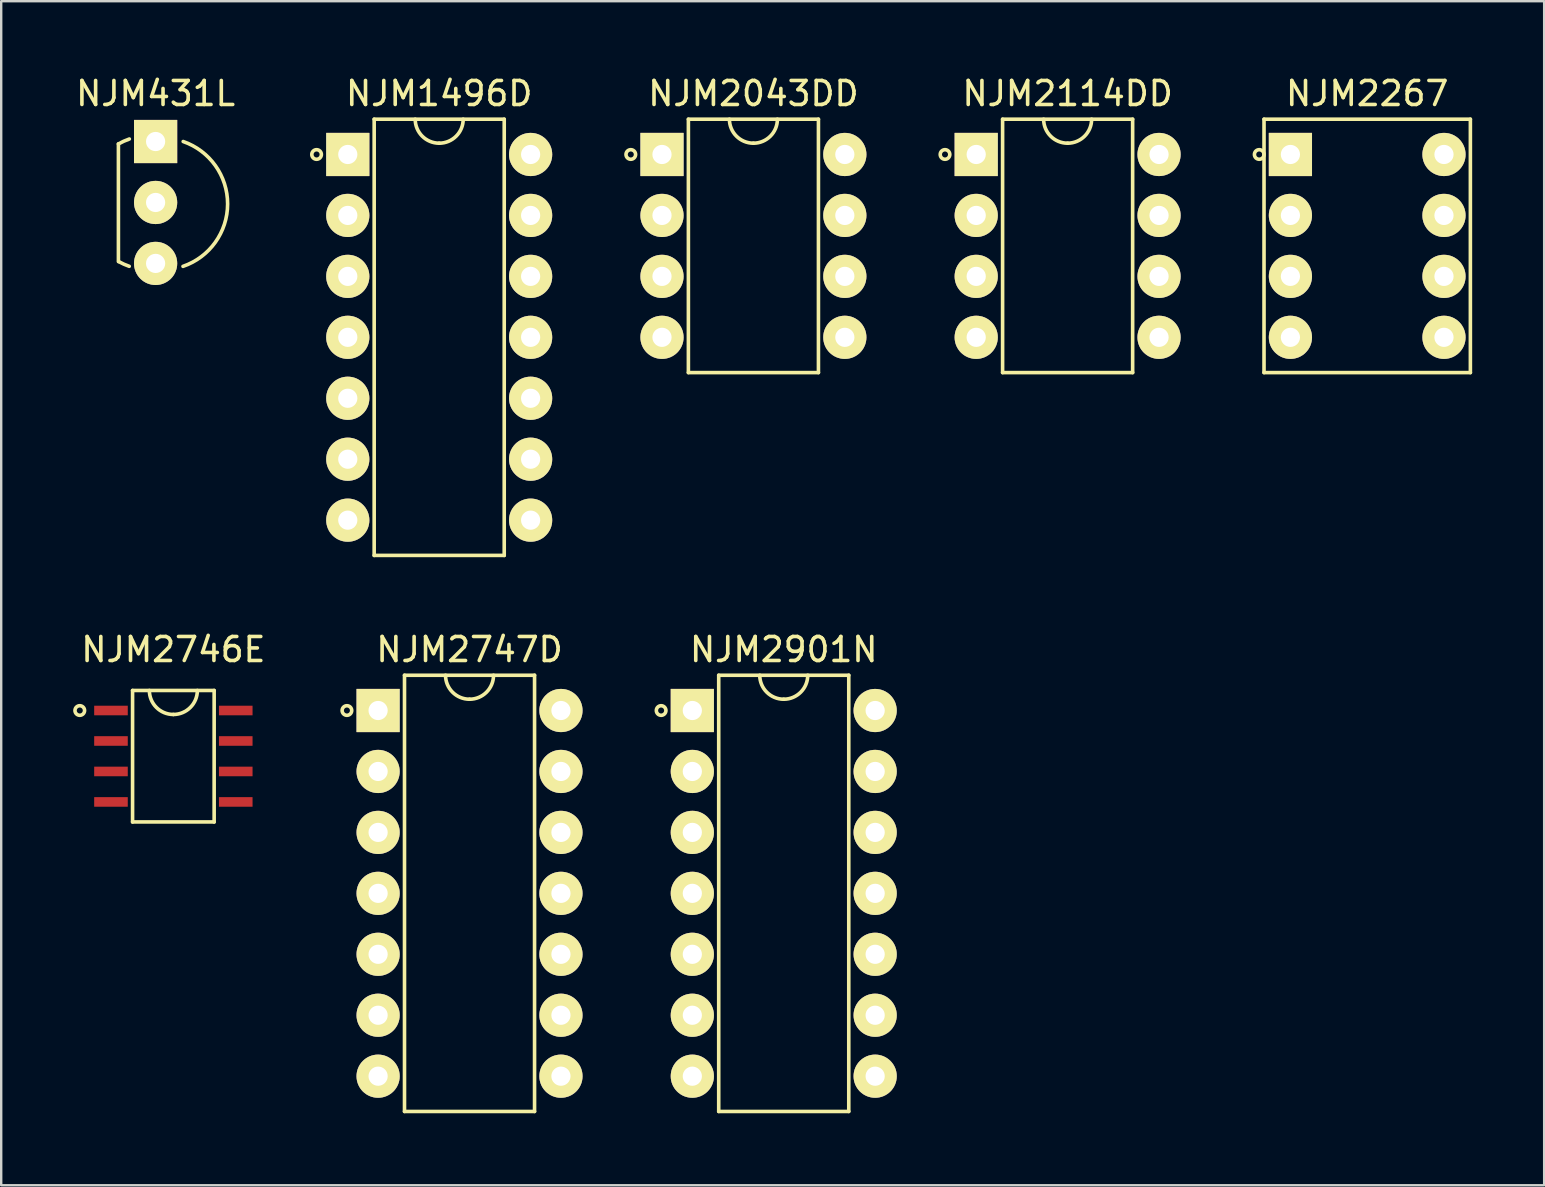
<source format=kicad_pcb>
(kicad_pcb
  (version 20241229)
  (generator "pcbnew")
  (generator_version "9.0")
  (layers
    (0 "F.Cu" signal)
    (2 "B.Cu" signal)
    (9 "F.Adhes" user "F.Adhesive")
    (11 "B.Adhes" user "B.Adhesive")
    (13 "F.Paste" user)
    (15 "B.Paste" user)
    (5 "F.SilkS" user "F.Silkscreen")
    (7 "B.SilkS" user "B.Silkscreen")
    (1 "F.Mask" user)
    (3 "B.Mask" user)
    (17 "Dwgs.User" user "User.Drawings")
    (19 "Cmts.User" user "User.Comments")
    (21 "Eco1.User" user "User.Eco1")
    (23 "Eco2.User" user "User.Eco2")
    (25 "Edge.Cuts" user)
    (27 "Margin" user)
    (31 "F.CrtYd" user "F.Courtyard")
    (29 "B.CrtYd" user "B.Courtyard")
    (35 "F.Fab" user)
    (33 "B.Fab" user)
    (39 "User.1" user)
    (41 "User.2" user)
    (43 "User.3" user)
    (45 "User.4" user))
  (footprint "NJM2746E"
    (layer "F.Cu")
    (at 1.575 26.561)
    (property "Reference" "NJM2746E" (at 2.6 -2.54 0) (layer "F.SilkS") (effects (font (size 1 1) (thickness 0.15))))
    (attr through_hole)
    (fp_line (start 0.9 -0.835) (end 4.3 -0.835) (stroke (width 0.15) (type solid)) (layer "F.SilkS"))
    (fp_line (start 0.9 4.645) (end 0.9 -0.835) (stroke (width 0.15) (type solid)) (layer "F.SilkS"))
    (fp_line (start 4.3 -0.835) (end 4.3 4.645) (stroke (width 0.15) (type solid)) (layer "F.SilkS"))
    (fp_line (start 4.3 4.645) (end 0.9 4.645) (stroke (width 0.15) (type solid)) (layer "F.SilkS"))
    (fp_arc (start 2.6 0.165) (mid 1.892893 -0.127893) (end 1.6 -0.835) (stroke (width 0.15) (type solid)) (layer "F.SilkS"))
    (fp_arc (start 3.6 -0.835) (mid 3.307107 -0.127893) (end 2.6 0.165) (stroke (width 0.15) (type solid)) (layer "F.SilkS"))
    (fp_circle (center -1.3 0) (end -1.3 0.2) (stroke (width 0.15) (type solid)) (fill no) (layer "F.SilkS"))
    (pad "1" smd rect (at 0 0) (size 1.4 0.4) (layers "F.Cu" "F.Mask" "F.Paste"))
    (pad "2" smd rect (at 0 1.27) (size 1.4 0.4) (layers "F.Cu" "F.Mask" "F.Paste"))
    (pad "3" smd rect (at 0 2.54) (size 1.4 0.4) (layers "F.Cu" "F.Mask" "F.Paste"))
    (pad "4" smd rect (at 0 3.81) (size 1.4 0.4) (layers "F.Cu" "F.Mask" "F.Paste"))
    (pad "5" smd rect (at 5.2 3.81) (size 1.4 0.4) (layers "F.Cu" "F.Mask" "F.Paste"))
    (pad "6" smd rect (at 5.2 2.54) (size 1.4 0.4) (layers "F.Cu" "F.Mask" "F.Paste"))
    (pad "7" smd rect (at 5.2 1.27) (size 1.4 0.4) (layers "F.Cu" "F.Mask" "F.Paste"))
    (pad "8" smd rect (at 5.2 0) (size 1.4 0.4) (layers "F.Cu" "F.Mask" "F.Paste")))
  (footprint "NJM2747D"
    (layer "F.Cu")
    (at 12.708 26.561)
    (property "Reference" "NJM2747D" (at 3.81 -2.54 0) (layer "F.SilkS") (effects (font (size 1 1) (thickness 0.15))))
    (attr through_hole)
    (fp_line (start 1.1 -1.47) (end 6.52 -1.47) (stroke (width 0.15) (type solid)) (layer "F.SilkS"))
    (fp_line (start 1.1 16.71) (end 1.1 -1.47) (stroke (width 0.15) (type solid)) (layer "F.SilkS"))
    (fp_line (start 6.52 -1.47) (end 6.52 16.71) (stroke (width 0.15) (type solid)) (layer "F.SilkS"))
    (fp_line (start 6.52 16.71) (end 1.1 16.71) (stroke (width 0.15) (type solid)) (layer "F.SilkS"))
    (fp_arc (start 3.81 -0.47) (mid 3.102893 -0.762893) (end 2.81 -1.47) (stroke (width 0.15) (type solid)) (layer "F.SilkS"))
    (fp_arc (start 4.81 -1.47) (mid 4.517107 -0.762893) (end 3.81 -0.47) (stroke (width 0.15) (type solid)) (layer "F.SilkS"))
    (fp_circle (center -1.3 0) (end -1.3 0.2) (stroke (width 0.15) (type solid)) (fill no) (layer "F.SilkS"))
    (pad "1" thru_hole rect (at 0 0) (size 1.8 1.8) (drill 0.8) (layers "*.Cu" "*.Mask" "F.SilkS"))
    (pad "2" thru_hole circle (at 0 2.54) (size 1.8 1.8) (drill 0.8) (layers "*.Cu" "*.Mask" "F.SilkS"))
    (pad "3" thru_hole circle (at 0 5.08) (size 1.8 1.8) (drill 0.8) (layers "*.Cu" "*.Mask" "F.SilkS"))
    (pad "4" thru_hole circle (at 0 7.62) (size 1.8 1.8) (drill 0.8) (layers "*.Cu" "*.Mask" "F.SilkS"))
    (pad "5" thru_hole circle (at 0 10.16) (size 1.8 1.8) (drill 0.8) (layers "*.Cu" "*.Mask" "F.SilkS"))
    (pad "6" thru_hole circle (at 0 12.7) (size 1.8 1.8) (drill 0.8) (layers "*.Cu" "*.Mask" "F.SilkS"))
    (pad "7" thru_hole circle (at 0 15.24) (size 1.8 1.8) (drill 0.8) (layers "*.Cu" "*.Mask" "F.SilkS"))
    (pad "8" thru_hole circle (at 7.62 15.24) (size 1.8 1.8) (drill 0.8) (layers "*.Cu" "*.Mask" "F.SilkS"))
    (pad "9" thru_hole circle (at 7.62 12.7) (size 1.8 1.8) (drill 0.8) (layers "*.Cu" "*.Mask" "F.SilkS"))
    (pad "10" thru_hole circle (at 7.62 10.16) (size 1.8 1.8) (drill 0.8) (layers "*.Cu" "*.Mask" "F.SilkS"))
    (pad "11" thru_hole circle (at 7.62 7.62) (size 1.8 1.8) (drill 0.8) (layers "*.Cu" "*.Mask" "F.SilkS"))
    (pad "12" thru_hole circle (at 7.62 5.08) (size 1.8 1.8) (drill 0.8) (layers "*.Cu" "*.Mask" "F.SilkS"))
    (pad "13" thru_hole circle (at 7.62 2.54) (size 1.8 1.8) (drill 0.8) (layers "*.Cu" "*.Mask" "F.SilkS"))
    (pad "14" thru_hole circle (at 7.62 0) (size 1.8 1.8) (drill 0.8) (layers "*.Cu" "*.Mask" "F.SilkS")))
  (footprint "NJM2114DD"
    (layer "F.Cu")
    (at 37.634 3.388)
    (property "Reference" "NJM2114DD" (at 3.81 -2.54 0) (layer "F.SilkS") (effects (font (size 1 1) (thickness 0.15))))
    (attr through_hole)
    (fp_line (start 1.1 -1.47) (end 6.52 -1.47) (stroke (width 0.15) (type solid)) (layer "F.SilkS"))
    (fp_line (start 1.1 9.09) (end 1.1 -1.47) (stroke (width 0.15) (type solid)) (layer "F.SilkS"))
    (fp_line (start 6.52 -1.47) (end 6.52 9.09) (stroke (width 0.15) (type solid)) (layer "F.SilkS"))
    (fp_line (start 6.52 9.09) (end 1.1 9.09) (stroke (width 0.15) (type solid)) (layer "F.SilkS"))
    (fp_arc (start 3.81 -0.47) (mid 3.102893 -0.762893) (end 2.81 -1.47) (stroke (width 0.15) (type solid)) (layer "F.SilkS"))
    (fp_arc (start 4.81 -1.47) (mid 4.517107 -0.762893) (end 3.81 -0.47) (stroke (width 0.15) (type solid)) (layer "F.SilkS"))
    (fp_circle (center -1.3 0) (end -1.3 0.2) (stroke (width 0.15) (type solid)) (fill no) (layer "F.SilkS"))
    (pad "1" thru_hole rect (at 0 0) (size 1.8 1.8) (drill 0.8) (layers "*.Cu" "*.Mask" "F.SilkS"))
    (pad "2" thru_hole circle (at 0 2.54) (size 1.8 1.8) (drill 0.8) (layers "*.Cu" "*.Mask" "F.SilkS"))
    (pad "3" thru_hole circle (at 0 5.08) (size 1.8 1.8) (drill 0.8) (layers "*.Cu" "*.Mask" "F.SilkS"))
    (pad "4" thru_hole circle (at 0 7.62) (size 1.8 1.8) (drill 0.8) (layers "*.Cu" "*.Mask" "F.SilkS"))
    (pad "5" thru_hole circle (at 7.62 7.62) (size 1.8 1.8) (drill 0.8) (layers "*.Cu" "*.Mask" "F.SilkS"))
    (pad "6" thru_hole circle (at 7.62 5.08) (size 1.8 1.8) (drill 0.8) (layers "*.Cu" "*.Mask" "F.SilkS"))
    (pad "7" thru_hole circle (at 7.62 2.54) (size 1.8 1.8) (drill 0.8) (layers "*.Cu" "*.Mask" "F.SilkS"))
    (pad "8" thru_hole circle (at 7.62 0) (size 1.8 1.8) (drill 0.8) (layers "*.Cu" "*.Mask" "F.SilkS")))
  (footprint "NJM1496D"
    (layer "F.Cu")
    (at 11.444 3.388)
    (property "Reference" "NJM1496D" (at 3.81 -2.54 0) (layer "F.SilkS") (effects (font (size 1 1) (thickness 0.15))))
    (attr through_hole)
    (fp_line (start 1.1 -1.47) (end 6.52 -1.47) (stroke (width 0.15) (type solid)) (layer "F.SilkS"))
    (fp_line (start 1.1 16.71) (end 1.1 -1.47) (stroke (width 0.15) (type solid)) (layer "F.SilkS"))
    (fp_line (start 6.52 -1.47) (end 6.52 16.71) (stroke (width 0.15) (type solid)) (layer "F.SilkS"))
    (fp_line (start 6.52 16.71) (end 1.1 16.71) (stroke (width 0.15) (type solid)) (layer "F.SilkS"))
    (fp_arc (start 3.81 -0.47) (mid 3.102893 -0.762893) (end 2.81 -1.47) (stroke (width 0.15) (type solid)) (layer "F.SilkS"))
    (fp_arc (start 4.81 -1.47) (mid 4.517107 -0.762893) (end 3.81 -0.47) (stroke (width 0.15) (type solid)) (layer "F.SilkS"))
    (fp_circle (center -1.3 0) (end -1.3 0.2) (stroke (width 0.15) (type solid)) (fill no) (layer "F.SilkS"))
    (pad "1" thru_hole rect (at 0 0) (size 1.8 1.8) (drill 0.8) (layers "*.Cu" "*.Mask" "F.SilkS"))
    (pad "2" thru_hole circle (at 0 2.54) (size 1.8 1.8) (drill 0.8) (layers "*.Cu" "*.Mask" "F.SilkS"))
    (pad "3" thru_hole circle (at 0 5.08) (size 1.8 1.8) (drill 0.8) (layers "*.Cu" "*.Mask" "F.SilkS"))
    (pad "4" thru_hole circle (at 0 7.62) (size 1.8 1.8) (drill 0.8) (layers "*.Cu" "*.Mask" "F.SilkS"))
    (pad "5" thru_hole circle (at 0 10.16) (size 1.8 1.8) (drill 0.8) (layers "*.Cu" "*.Mask" "F.SilkS"))
    (pad "6" thru_hole circle (at 0 12.7) (size 1.8 1.8) (drill 0.8) (layers "*.Cu" "*.Mask" "F.SilkS"))
    (pad "7" thru_hole circle (at 0 15.24) (size 1.8 1.8) (drill 0.8) (layers "*.Cu" "*.Mask" "F.SilkS"))
    (pad "8" thru_hole circle (at 7.62 15.24) (size 1.8 1.8) (drill 0.8) (layers "*.Cu" "*.Mask" "F.SilkS"))
    (pad "9" thru_hole circle (at 7.62 12.7) (size 1.8 1.8) (drill 0.8) (layers "*.Cu" "*.Mask" "F.SilkS"))
    (pad "10" thru_hole circle (at 7.62 10.16) (size 1.8 1.8) (drill 0.8) (layers "*.Cu" "*.Mask" "F.SilkS"))
    (pad "11" thru_hole circle (at 7.62 7.62) (size 1.8 1.8) (drill 0.8) (layers "*.Cu" "*.Mask" "F.SilkS"))
    (pad "12" thru_hole circle (at 7.62 5.08) (size 1.8 1.8) (drill 0.8) (layers "*.Cu" "*.Mask" "F.SilkS"))
    (pad "13" thru_hole circle (at 7.62 2.54) (size 1.8 1.8) (drill 0.8) (layers "*.Cu" "*.Mask" "F.SilkS"))
    (pad "14" thru_hole circle (at 7.62 0) (size 1.8 1.8) (drill 0.8) (layers "*.Cu" "*.Mask" "F.SilkS")))
  (footprint "NJM431L"
    (layer "F.Cu")
    (at 3.435 2.848)
    (property "Reference" "NJM431L" (at 0 -2 0) (layer "F.SilkS") (effects (font (size 1 1) (thickness 0.15))))
    (attr through_hole)
    (fp_line (start -1.55 5) (end -1.55 0.1) (stroke (width 0.15) (type solid)) (layer "F.SilkS"))
    (fp_arc (start -1.55 0.1) (mid -1.326783 -0.012505) (end -1.09461 -0.105127) (stroke (width 0.15) (type solid)) (layer "F.SilkS"))
    (fp_arc (start -1.1 5.2) (mid -1.32318 5.111666) (end -1.537812 5.004217) (stroke (width 0.15) (type solid)) (layer "F.SilkS"))
    (fp_arc (start 1.15 0) (mid 3.00136 2.60449) (end 1.14151 5.202923) (stroke (width 0.15) (type solid)) (layer "F.SilkS"))
    (pad "1" thru_hole rect (at 0 0) (size 1.8 1.8) (drill 0.8) (layers "*.Cu" "*.Mask" "F.SilkS"))
    (pad "2" thru_hole circle (at 0 2.54) (size 1.8 1.8) (drill 0.8) (layers "*.Cu" "*.Mask" "F.SilkS"))
    (pad "3" thru_hole circle (at 0 5.08) (size 1.8 1.8) (drill 0.8) (layers "*.Cu" "*.Mask" "F.SilkS")))
  (footprint "NJM2043DD"
    (layer "F.Cu")
    (at 24.539 3.388)
    (property "Reference" "NJM2043DD" (at 3.81 -2.54 0) (layer "F.SilkS") (effects (font (size 1 1) (thickness 0.15))))
    (attr through_hole)
    (fp_line (start 1.1 -1.47) (end 6.52 -1.47) (stroke (width 0.15) (type solid)) (layer "F.SilkS"))
    (fp_line (start 1.1 9.09) (end 1.1 -1.47) (stroke (width 0.15) (type solid)) (layer "F.SilkS"))
    (fp_line (start 6.52 -1.47) (end 6.52 9.09) (stroke (width 0.15) (type solid)) (layer "F.SilkS"))
    (fp_line (start 6.52 9.09) (end 1.1 9.09) (stroke (width 0.15) (type solid)) (layer "F.SilkS"))
    (fp_arc (start 3.81 -0.47) (mid 3.102893 -0.762893) (end 2.81 -1.47) (stroke (width 0.15) (type solid)) (layer "F.SilkS"))
    (fp_arc (start 4.81 -1.47) (mid 4.517107 -0.762893) (end 3.81 -0.47) (stroke (width 0.15) (type solid)) (layer "F.SilkS"))
    (fp_circle (center -1.3 0) (end -1.3 0.2) (stroke (width 0.15) (type solid)) (fill no) (layer "F.SilkS"))
    (pad "1" thru_hole rect (at 0 0) (size 1.8 1.8) (drill 0.8) (layers "*.Cu" "*.Mask" "F.SilkS"))
    (pad "2" thru_hole circle (at 0 2.54) (size 1.8 1.8) (drill 0.8) (layers "*.Cu" "*.Mask" "F.SilkS"))
    (pad "3" thru_hole circle (at 0 5.08) (size 1.8 1.8) (drill 0.8) (layers "*.Cu" "*.Mask" "F.SilkS"))
    (pad "4" thru_hole circle (at 0 7.62) (size 1.8 1.8) (drill 0.8) (layers "*.Cu" "*.Mask" "F.SilkS"))
    (pad "5" thru_hole circle (at 7.62 7.62) (size 1.8 1.8) (drill 0.8) (layers "*.Cu" "*.Mask" "F.SilkS"))
    (pad "6" thru_hole circle (at 7.62 5.08) (size 1.8 1.8) (drill 0.8) (layers "*.Cu" "*.Mask" "F.SilkS"))
    (pad "7" thru_hole circle (at 7.62 2.54) (size 1.8 1.8) (drill 0.8) (layers "*.Cu" "*.Mask" "F.SilkS"))
    (pad "8" thru_hole circle (at 7.62 0) (size 1.8 1.8) (drill 0.8) (layers "*.Cu" "*.Mask" "F.SilkS")))
  (footprint "NJM2901N"
    (layer "F.Cu")
    (at 25.803 26.561)
    (property "Reference" "NJM2901N" (at 3.81 -2.54 0) (layer "F.SilkS") (effects (font (size 1 1) (thickness 0.15))))
    (attr through_hole)
    (fp_line (start 1.1 -1.47) (end 6.52 -1.47) (stroke (width 0.15) (type solid)) (layer "F.SilkS"))
    (fp_line (start 1.1 16.71) (end 1.1 -1.47) (stroke (width 0.15) (type solid)) (layer "F.SilkS"))
    (fp_line (start 6.52 -1.47) (end 6.52 16.71) (stroke (width 0.15) (type solid)) (layer "F.SilkS"))
    (fp_line (start 6.52 16.71) (end 1.1 16.71) (stroke (width 0.15) (type solid)) (layer "F.SilkS"))
    (fp_arc (start 3.81 -0.47) (mid 3.102893 -0.762893) (end 2.81 -1.47) (stroke (width 0.15) (type solid)) (layer "F.SilkS"))
    (fp_arc (start 4.81 -1.47) (mid 4.517107 -0.762893) (end 3.81 -0.47) (stroke (width 0.15) (type solid)) (layer "F.SilkS"))
    (fp_circle (center -1.3 0) (end -1.3 0.2) (stroke (width 0.15) (type solid)) (fill no) (layer "F.SilkS"))
    (pad "1" thru_hole rect (at 0 0) (size 1.8 1.8) (drill 0.8) (layers "*.Cu" "*.Mask" "F.SilkS"))
    (pad "2" thru_hole circle (at 0 2.54) (size 1.8 1.8) (drill 0.8) (layers "*.Cu" "*.Mask" "F.SilkS"))
    (pad "3" thru_hole circle (at 0 5.08) (size 1.8 1.8) (drill 0.8) (layers "*.Cu" "*.Mask" "F.SilkS"))
    (pad "4" thru_hole circle (at 0 7.62) (size 1.8 1.8) (drill 0.8) (layers "*.Cu" "*.Mask" "F.SilkS"))
    (pad "5" thru_hole circle (at 0 10.16) (size 1.8 1.8) (drill 0.8) (layers "*.Cu" "*.Mask" "F.SilkS"))
    (pad "6" thru_hole circle (at 0 12.7) (size 1.8 1.8) (drill 0.8) (layers "*.Cu" "*.Mask" "F.SilkS"))
    (pad "7" thru_hole circle (at 0 15.24) (size 1.8 1.8) (drill 0.8) (layers "*.Cu" "*.Mask" "F.SilkS"))
    (pad "8" thru_hole circle (at 7.62 15.24) (size 1.8 1.8) (drill 0.8) (layers "*.Cu" "*.Mask" "F.SilkS"))
    (pad "9" thru_hole circle (at 7.62 12.7) (size 1.8 1.8) (drill 0.8) (layers "*.Cu" "*.Mask" "F.SilkS"))
    (pad "10" thru_hole circle (at 7.62 10.16) (size 1.8 1.8) (drill 0.8) (layers "*.Cu" "*.Mask" "F.SilkS"))
    (pad "11" thru_hole circle (at 7.62 7.62) (size 1.8 1.8) (drill 0.8) (layers "*.Cu" "*.Mask" "F.SilkS"))
    (pad "12" thru_hole circle (at 7.62 5.08) (size 1.8 1.8) (drill 0.8) (layers "*.Cu" "*.Mask" "F.SilkS"))
    (pad "13" thru_hole circle (at 7.62 2.54) (size 1.8 1.8) (drill 0.8) (layers "*.Cu" "*.Mask" "F.SilkS"))
    (pad "14" thru_hole circle (at 7.62 0) (size 1.8 1.8) (drill 0.8) (layers "*.Cu" "*.Mask" "F.SilkS")))
  (footprint "NJM2267"
    (layer "F.Cu")
    (at 50.729 3.388)
    (property "Reference" "NJM2267" (at 3.2 -2.54 0) (layer "F.SilkS") (effects (font (size 1 1) (thickness 0.15))))
    (attr through_hole)
    (fp_line (start -1.1 -1.47) (end 7.5 -1.47) (stroke (width 0.15) (type solid)) (layer "F.SilkS"))
    (fp_line (start -1.1 9.09) (end -1.1 -1.47) (stroke (width 0.15) (type solid)) (layer "F.SilkS"))
    (fp_line (start 7.5 -1.47) (end 7.5 9.09) (stroke (width 0.15) (type solid)) (layer "F.SilkS"))
    (fp_line (start 7.5 9.09) (end -1.1 9.09) (stroke (width 0.15) (type solid)) (layer "F.SilkS"))
    (fp_circle (center -1.3 0) (end -1.3 0.2) (stroke (width 0.15) (type solid)) (fill no) (layer "F.SilkS"))
    (pad "1" thru_hole rect (at 0 0) (size 1.8 1.8) (drill 0.8) (layers "*.Cu" "*.Mask" "F.SilkS"))
    (pad "2" thru_hole circle (at 0 2.54) (size 1.8 1.8) (drill 0.8) (layers "*.Cu" "*.Mask" "F.SilkS"))
    (pad "3" thru_hole circle (at 0 5.08) (size 1.8 1.8) (drill 0.8) (layers "*.Cu" "*.Mask" "F.SilkS"))
    (pad "4" thru_hole circle (at 0 7.62) (size 1.8 1.8) (drill 0.8) (layers "*.Cu" "*.Mask" "F.SilkS"))
    (pad "5" thru_hole circle (at 6.4 7.62) (size 1.8 1.8) (drill 0.8) (layers "*.Cu" "*.Mask" "F.SilkS"))
    (pad "6" thru_hole circle (at 6.4 5.08) (size 1.8 1.8) (drill 0.8) (layers "*.Cu" "*.Mask" "F.SilkS"))
    (pad "7" thru_hole circle (at 6.4 2.54) (size 1.8 1.8) (drill 0.8) (layers "*.Cu" "*.Mask" "F.SilkS"))
    (pad "8" thru_hole circle (at 6.4 0) (size 1.8 1.8) (drill 0.8) (layers "*.Cu" "*.Mask" "F.SilkS")))
  (gr_rect
    (start -3 -3)
    (end 61.304 46.346)
    (stroke (width 0.1) (type default))
    (fill no)
    (layer "Edge.Cuts")))
</source>
